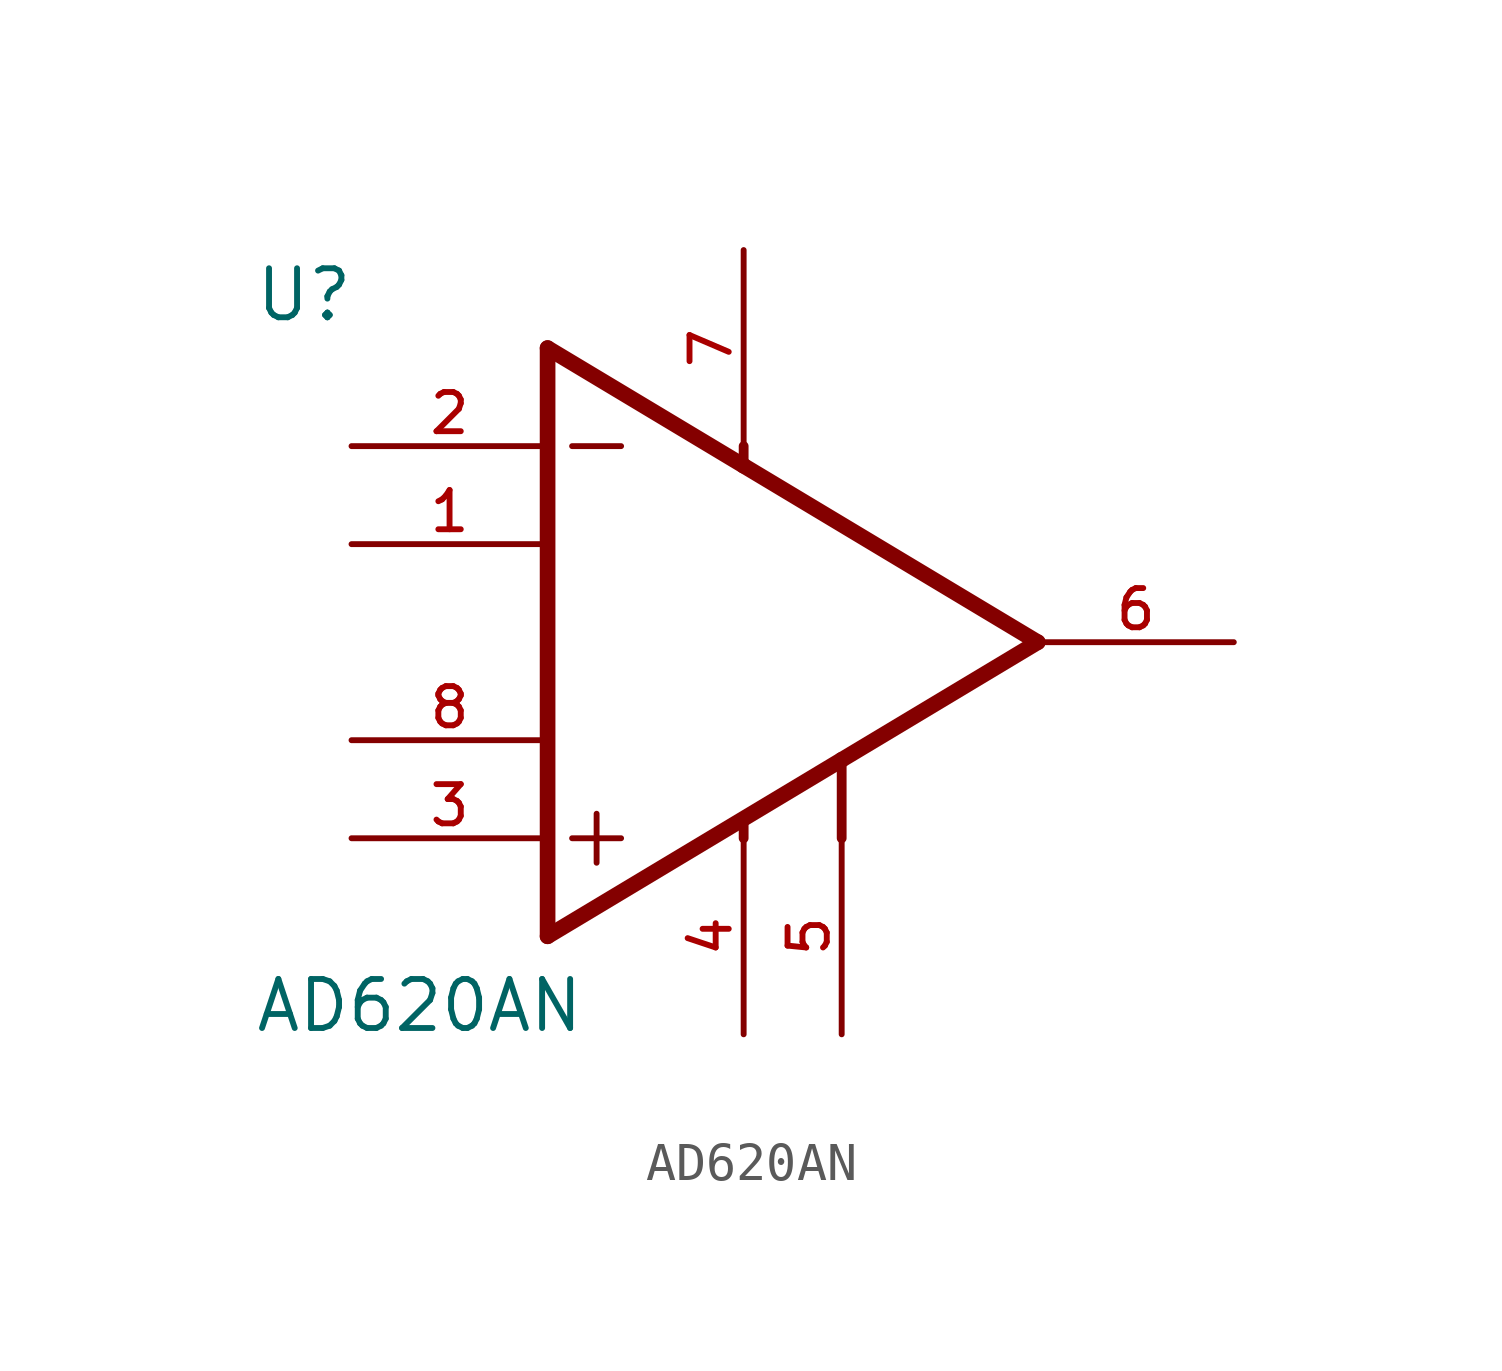
<source format=kicad_sym>
(kicad_symbol_lib
  (version 20211014)
  (generator kicad_symbol_editor)
  (symbol "AD620AN"
    (pin_names
      (offset 1.016))
    (property "Reference" "U"
      (at -12.7 8.255 0)
      (effects (font (size 1.27 1.27)) (justify bottom left)))
    (property "Value" "AD620AN"
      (at -12.7 -10.16 0)
      (effects (font (size 1.27 1.27)) (justify bottom left)))
    (symbol "AD620AN_0_0"
      (polyline (pts (xy -5.08 7.62) (xy -5.08 -7.62)) (stroke (width 0.406)))
      (polyline (pts (xy -5.08 -7.62) (xy 2.54 -3.048)) (stroke (width 0.406)))
      (polyline (pts (xy 2.54 -3.048) (xy 7.62 0.0)) (stroke (width 0.406)))
      (polyline (pts (xy 7.62 0.0) (xy 0.0 4.572)) (stroke (width 0.406)))
      (polyline (pts (xy 0.0 4.572) (xy -5.08 7.62)) (stroke (width 0.406)))
      (polyline (pts (xy -3.81 -4.445) (xy -3.81 -5.715)) (stroke (width 0.152)))
      (polyline (pts (xy -4.445 5.08) (xy -3.175 5.08)) (stroke (width 0.152)))
      (polyline (pts (xy -4.445 -5.08) (xy -3.175 -5.08)) (stroke (width 0.152)))
      (polyline (pts (xy 0.0 5.08) (xy 0.0 4.572)) (stroke (width 0.254)))
      (polyline (pts (xy 0.0 -5.08) (xy 0.0 -4.699)) (stroke (width 0.254)))
      (polyline (pts (xy 2.54 -5.08) (xy 2.54 -3.048)) (stroke (width 0.254)))
      (pin power_in line (at 0.0 10.16 270.0) (length 5.08) (name "~" (effects (font (size 1.016 1.016)))) (number "7" (effects (font (size 1.016 1.016)))))
      (pin passive line (at -10.16 2.54 0) (length 5.08) (name "~" (effects (font (size 1.016 1.016)))) (number "1" (effects (font (size 1.016 1.016)))))
      (pin passive line (at -10.16 -2.54 0) (length 5.08) (name "~" (effects (font (size 1.016 1.016)))) (number "8" (effects (font (size 1.016 1.016)))))
      (pin power_in line (at 2.54 -10.16 90.0) (length 5.08) (name "~" (effects (font (size 1.016 1.016)))) (number "5" (effects (font (size 1.016 1.016)))))
      (pin input line (at -10.16 -5.08 0) (length 5.08) (name "~" (effects (font (size 1.016 1.016)))) (number "3" (effects (font (size 1.016 1.016)))))
      (pin input line (at -10.16 5.08 0) (length 5.08) (name "~" (effects (font (size 1.016 1.016)))) (number "2" (effects (font (size 1.016 1.016)))))
      (pin power_in line (at 0.0 -10.16 90.0) (length 5.08) (name "~" (effects (font (size 1.016 1.016)))) (number "4" (effects (font (size 1.016 1.016)))))
      (pin output line (at 12.7 0.0 180.0) (length 5.08) (name "~" (effects (font (size 1.016 1.016)))) (number "6" (effects (font (size 1.016 1.016))))))))
</source>
